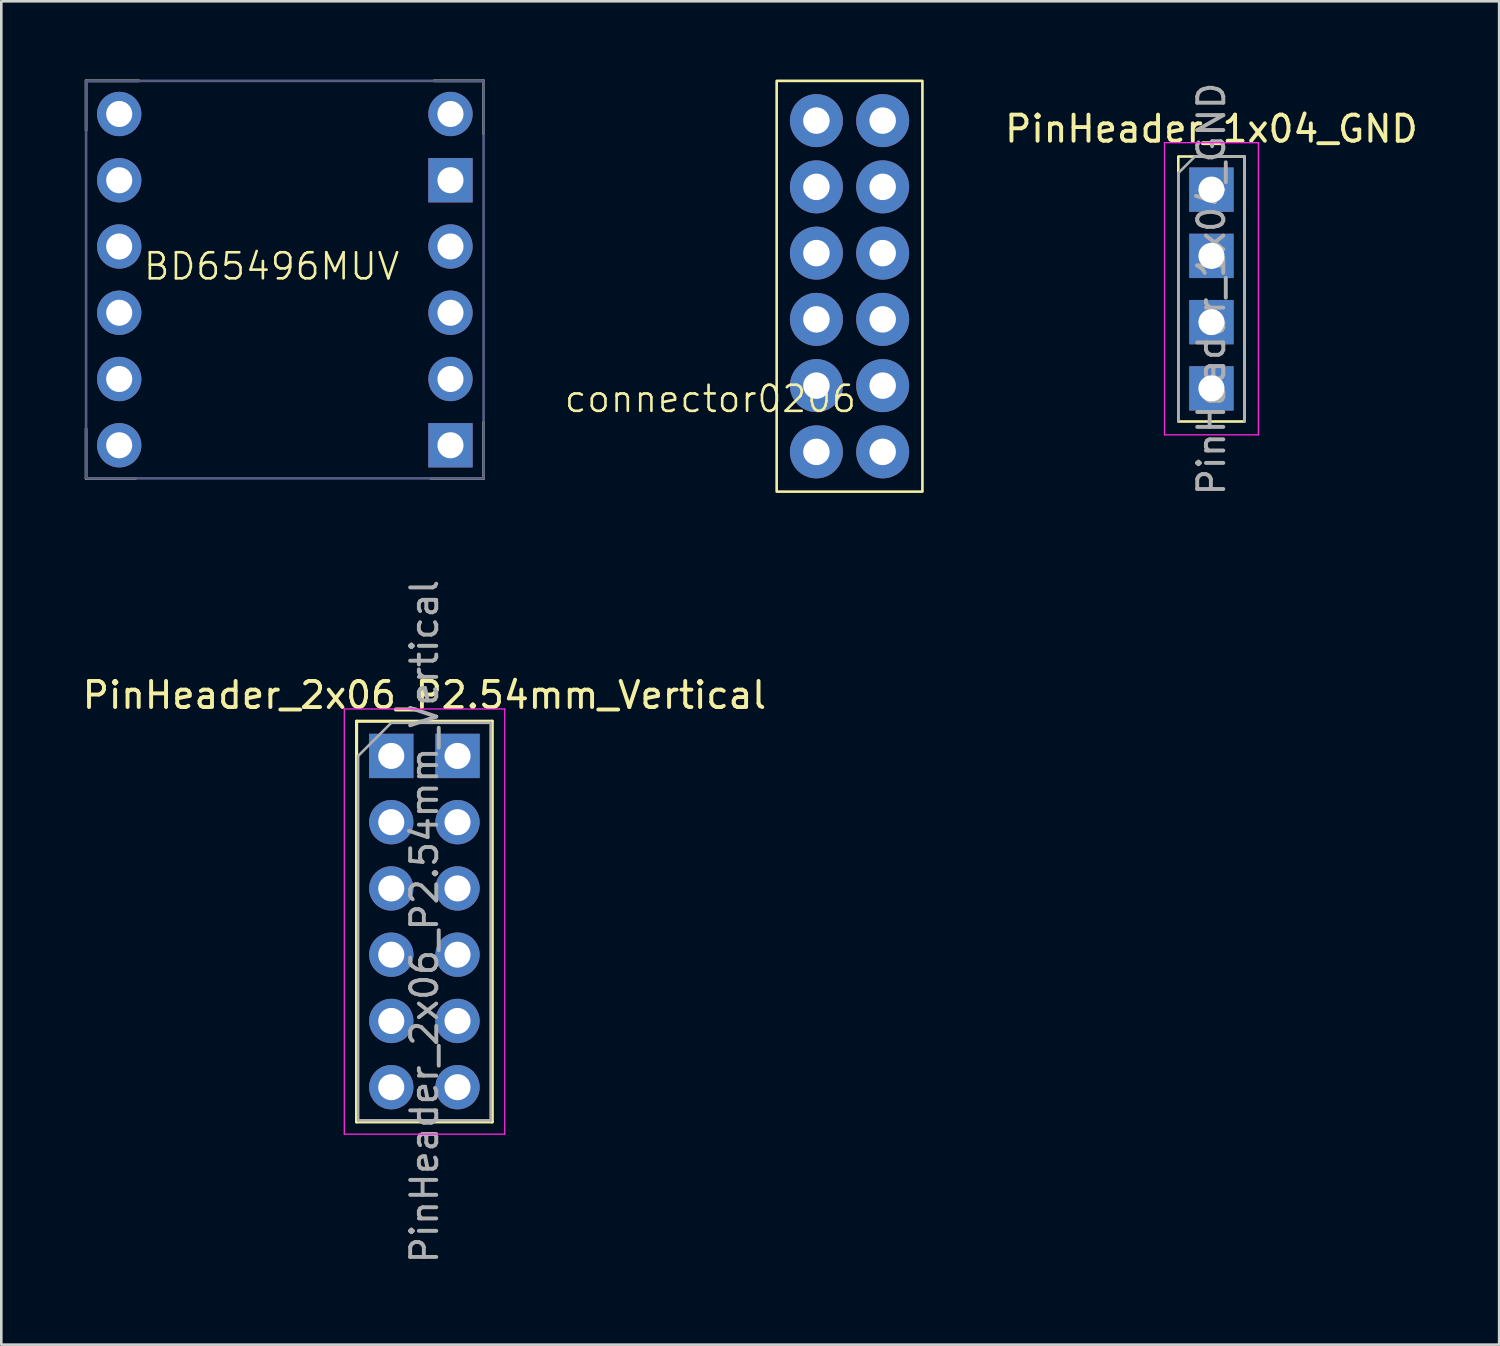
<source format=kicad_pcb>
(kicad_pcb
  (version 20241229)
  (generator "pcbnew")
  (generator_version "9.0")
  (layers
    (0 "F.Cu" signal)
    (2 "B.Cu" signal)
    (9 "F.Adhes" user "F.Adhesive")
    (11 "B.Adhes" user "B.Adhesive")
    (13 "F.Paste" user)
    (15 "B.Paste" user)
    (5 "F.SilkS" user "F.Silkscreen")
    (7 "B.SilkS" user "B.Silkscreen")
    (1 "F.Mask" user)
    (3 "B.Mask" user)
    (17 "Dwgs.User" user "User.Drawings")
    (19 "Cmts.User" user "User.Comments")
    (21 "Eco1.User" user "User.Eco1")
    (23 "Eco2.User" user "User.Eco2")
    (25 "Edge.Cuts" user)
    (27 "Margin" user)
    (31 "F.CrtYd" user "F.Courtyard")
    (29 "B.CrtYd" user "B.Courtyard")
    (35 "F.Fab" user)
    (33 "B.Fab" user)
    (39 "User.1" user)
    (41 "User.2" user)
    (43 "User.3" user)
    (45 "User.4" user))
  (footprint "PinHeader_1x04_GND"
    (layer "F.Cu")
    (at 43.393 4.22)
    (property "Reference" "PinHeader_1x04_GND" (at 0 -2.33 0) (layer "F.SilkS") (effects (font (size 1 1) (thickness 0.15))))
    (attr through_hole)
    (fp_rect (start 1.27 8.89) (end -1.27 -1.27) (stroke (width 0.1) (type default)) (fill no) (layer "F.SilkS"))
    (fp_line (start -1.8 -1.8) (end -1.8 9.4) (stroke (width 0.05) (type solid)) (layer "F.CrtYd"))
    (fp_line (start -1.8 9.4) (end 1.8 9.4) (stroke (width 0.05) (type solid)) (layer "F.CrtYd"))
    (fp_line (start 1.8 -1.8) (end -1.8 -1.8) (stroke (width 0.05) (type solid)) (layer "F.CrtYd"))
    (fp_line (start 1.8 9.4) (end 1.8 -1.8) (stroke (width 0.05) (type solid)) (layer "F.CrtYd"))
    (fp_line (start -1.27 -0.635) (end -0.635 -1.27) (stroke (width 0.1) (type solid)) (layer "F.Fab"))
    (fp_line (start -1.27 8.89) (end -1.27 -0.635) (stroke (width 0.1) (type solid)) (layer "F.Fab"))
    (fp_line (start -0.635 -1.27) (end 1.27 -1.27) (stroke (width 0.1) (type solid)) (layer "F.Fab"))
    (fp_line (start 1.27 -1.27) (end 1.27 8.89) (stroke (width 0.1) (type solid)) (layer "F.Fab"))
    (fp_text user "${REFERENCE}" (at 0 3.81 90) (layer "F.Fab") (effects (font (size 1 1) (thickness 0.15))))
    (pad "1" thru_hole rect (at 0 0) (size 1.7 1.7) (drill 1) (layers "*.Cu" "*.Mask"))
    (pad "2" thru_hole rect (at 0 2.54) (size 1.7 1.7) (drill 1) (layers "*.Cu" "*.Mask"))
    (pad "3" thru_hole rect (at 0 5.08) (size 1.7 1.7) (drill 1) (layers "*.Cu" "*.Mask"))
    (pad "4" thru_hole rect (at 0 7.62) (size 1.7 1.7) (drill 1) (layers "*.Cu" "*.Mask")))
  (footprint "PinHeader_2x06_P2.54mm_Vertical"
    (layer "F.Cu")
    (at 11.95 25.93)
    (property "Reference" "PinHeader_2x06_P2.54mm_Vertical" (at 1.27 -2.33 0) (layer "F.SilkS") (effects (font (size 1 1) (thickness 0.15))))
    (attr through_hole)
    (fp_line (start -1.33 -1.33) (end 1.27 -1.33) (stroke (width 0.12) (type solid)) (layer "F.SilkS"))
    (fp_line (start -1.33 1.27) (end -1.33 -1.33) (stroke (width 0.12) (type solid)) (layer "F.SilkS"))
    (fp_line (start -1.33 1.27) (end -1.33 14.03) (stroke (width 0.12) (type solid)) (layer "F.SilkS"))
    (fp_line (start -1.33 14.03) (end 3.87 14.03) (stroke (width 0.12) (type solid)) (layer "F.SilkS"))
    (fp_line (start 1.27 -1.33) (end 3.87 -1.33) (stroke (width 0.12) (type solid)) (layer "F.SilkS"))
    (fp_line (start 3.87 -1.33) (end 3.87 14.03) (stroke (width 0.12) (type solid)) (layer "F.SilkS"))
    (fp_line (start -1.8 -1.8) (end -1.8 14.5) (stroke (width 0.05) (type solid)) (layer "F.CrtYd"))
    (fp_line (start -1.8 14.5) (end 4.35 14.5) (stroke (width 0.05) (type solid)) (layer "F.CrtYd"))
    (fp_line (start 4.35 -1.8) (end -1.8 -1.8) (stroke (width 0.05) (type solid)) (layer "F.CrtYd"))
    (fp_line (start 4.35 14.5) (end 4.35 -1.8) (stroke (width 0.05) (type solid)) (layer "F.CrtYd"))
    (fp_line (start -1.27 0) (end 0 -1.27) (stroke (width 0.1) (type solid)) (layer "F.Fab"))
    (fp_line (start -1.27 13.97) (end -1.27 0) (stroke (width 0.1) (type solid)) (layer "F.Fab"))
    (fp_line (start 0 -1.27) (end 3.81 -1.27) (stroke (width 0.1) (type solid)) (layer "F.Fab"))
    (fp_line (start 3.81 -1.27) (end 3.81 13.97) (stroke (width 0.1) (type solid)) (layer "F.Fab"))
    (fp_line (start 3.81 13.97) (end -1.27 13.97) (stroke (width 0.1) (type solid)) (layer "F.Fab"))
    (fp_text user "${REFERENCE}" (at 1.27 6.35 90) (layer "F.Fab") (effects (font (size 1 1) (thickness 0.15))))
    (pad "1" thru_hole rect (at 0 0) (size 1.7 1.7) (drill 1) (layers "*.Cu" "*.Mask"))
    (pad "2" thru_hole rect (at 2.54 0) (size 1.7 1.7) (drill 1) (layers "*.Cu" "*.Mask"))
    (pad "3" thru_hole oval (at 0 2.54) (size 1.7 1.7) (drill 1) (layers "*.Cu" "*.Mask"))
    (pad "4" thru_hole oval (at 2.54 2.54) (size 1.7 1.7) (drill 1) (layers "*.Cu" "*.Mask"))
    (pad "5" thru_hole oval (at 0 5.08) (size 1.7 1.7) (drill 1) (layers "*.Cu" "*.Mask"))
    (pad "6" thru_hole oval (at 2.54 5.08) (size 1.7 1.7) (drill 1) (layers "*.Cu" "*.Mask"))
    (pad "7" thru_hole oval (at 0 7.62) (size 1.7 1.7) (drill 1) (layers "*.Cu" "*.Mask"))
    (pad "8" thru_hole oval (at 2.54 7.62) (size 1.7 1.7) (drill 1) (layers "*.Cu" "*.Mask"))
    (pad "9" thru_hole oval (at 0 10.16) (size 1.7 1.7) (drill 1) (layers "*.Cu" "*.Mask"))
    (pad "10" thru_hole oval (at 2.54 10.16) (size 1.7 1.7) (drill 1) (layers "*.Cu" "*.Mask"))
    (pad "11" thru_hole oval (at 0 12.7) (size 1.7 1.7) (drill 1) (layers "*.Cu" "*.Mask"))
    (pad "12" thru_hole oval (at 2.54 12.7) (size 1.7 1.7) (drill 1) (layers "*.Cu" "*.Mask")))
  (footprint "BD65496MUV"
    (layer "F.Cu")
    (at 0.25 15.29)
    (property "Reference" "BD65496MUV" (at 7.112 -8.128 0) (unlocked yes) (layer "F.SilkS") (effects (font (size 1 1) (thickness 0.1))))
    (attr through_hole)
    (fp_line (start 0 -15.24) (end 0 -13.335) (stroke (width 0.1) (type default)) (layer "F.SilkS"))
    (fp_line (start 0 -1.905) (end 0 0) (stroke (width 0.1) (type default)) (layer "F.SilkS"))
    (fp_line (start 0 0) (end 1.905 0) (stroke (width 0.1) (type default)) (layer "F.SilkS"))
    (fp_line (start 2.032 -15.24) (end 0 -15.24) (stroke (width 0.1) (type default)) (layer "F.SilkS"))
    (fp_line (start 13.335 -15.24) (end 15.24 -15.24) (stroke (width 0.1) (type default)) (layer "F.SilkS"))
    (fp_line (start 15.24 -15.24) (end 15.24 -13.208) (stroke (width 0.1) (type default)) (layer "F.SilkS"))
    (fp_line (start 15.24 -2.159) (end 15.24 0) (stroke (width 0.1) (type default)) (layer "F.SilkS"))
    (fp_line (start 15.24 0) (end 13.208 0) (stroke (width 0.1) (type default)) (layer "F.SilkS"))
    (fp_rect (start 0 -15.24) (end 15.24 0) (stroke (width 0.1) (type default)) (fill no) (layer "B.Fab"))
    (pad "1" thru_hole oval (at 1.27 -13.97) (size 1.7 1.7) (drill 1) (layers "*.Cu" "*.Mask"))
    (pad "2" thru_hole circle (at 1.27 -11.43) (size 1.7 1.7) (drill 1) (layers "*.Cu" "*.Mask"))
    (pad "3" thru_hole circle (at 1.27 -8.89) (size 1.7 1.7) (drill 1) (layers "*.Cu" "*.Mask"))
    (pad "4" thru_hole circle (at 1.27 -6.35) (size 1.7 1.7) (drill 1) (layers "*.Cu" "*.Mask"))
    (pad "5" thru_hole circle (at 1.27 -3.81) (size 1.7 1.7) (drill 1) (layers "*.Cu" "*.Mask"))
    (pad "6" thru_hole circle (at 1.27 -1.27) (size 1.7 1.7) (drill 1) (layers "*.Cu" "*.Mask"))
    (pad "7" thru_hole circle (at 13.97 -13.97) (size 1.7 1.7) (drill 1) (layers "*.Cu" "*.Mask"))
    (pad "8" thru_hole rect (at 13.97 -11.43) (size 1.7 1.7) (drill 1) (layers "*.Cu" "*.Mask"))
    (pad "9" thru_hole circle (at 13.97 -8.89) (size 1.7 1.7) (drill 1) (layers "*.Cu" "*.Mask"))
    (pad "10" thru_hole circle (at 13.97 -6.35) (size 1.7 1.7) (drill 1) (layers "*.Cu" "*.Mask"))
    (pad "11" thru_hole circle (at 13.97 -3.81) (size 1.7 1.7) (drill 1) (layers "*.Cu" "*.Mask"))
    (pad "12" thru_hole rect (at 13.97 -1.27) (size 1.7 1.7) (drill 1) (layers "*.Cu" "*.Mask")))
  (footprint "connector0206"
    (layer "F.Cu")
    (at 26.725 13.258)
    (property "Reference" "connector0206" (at -2.54 -1.016 0) (unlocked yes) (layer "F.SilkS") (effects (font (size 1 1) (thickness 0.1))))
    (attr through_hole)
    (fp_rect (start 0 -13.208) (end 5.588 2.54) (stroke (width 0.1) (type default)) (fill no) (layer "F.SilkS"))
    (pad "1" thru_hole circle (at 1.524 -11.684) (size 2.032 2.032) (drill 1.016) (layers "*.Cu" "*.Mask"))
    (pad "2" thru_hole circle (at 4.064 -11.684) (size 2.032 2.032) (drill 1.016) (layers "*.Cu" "*.Mask"))
    (pad "3" thru_hole circle (at 1.524 -9.144) (size 2.032 2.032) (drill 1.016) (layers "*.Cu" "*.Mask"))
    (pad "4" thru_hole circle (at 4.064 -9.144) (size 2.032 2.032) (drill 1.016) (layers "*.Cu" "*.Mask"))
    (pad "5" thru_hole circle (at 1.524 -6.604) (size 2.032 2.032) (drill 1.016) (layers "*.Cu" "*.Mask"))
    (pad "6" thru_hole circle (at 4.064 -6.604) (size 2.032 2.032) (drill 1.016) (layers "*.Cu" "*.Mask"))
    (pad "7" thru_hole circle (at 1.524 -4.064) (size 2.032 2.032) (drill 1.016) (layers "*.Cu" "*.Mask"))
    (pad "8" thru_hole circle (at 4.064 -4.064) (size 2.032 2.032) (drill 1.016) (layers "*.Cu" "*.Mask"))
    (pad "9" thru_hole circle (at 1.524 -1.524) (size 2.032 2.032) (drill 1.016) (layers "*.Cu" "*.Mask"))
    (pad "10" thru_hole circle (at 4.064 -1.524) (size 2.032 2.032) (drill 1.016) (layers "*.Cu" "*.Mask"))
    (pad "11" thru_hole circle (at 1.524 1.016) (size 2.032 2.032) (drill 1.016) (layers "*.Cu" "*.Mask"))
    (pad "12" thru_hole circle (at 4.064 1.016) (size 2.032 2.032) (drill 1.016) (layers "*.Cu" "*.Mask")))
  (gr_rect
    (start -3 -3)
    (end 54.423 48.5)
    (stroke (width 0.1) (type default))
    (fill no)
    (layer "Edge.Cuts")))
</source>
